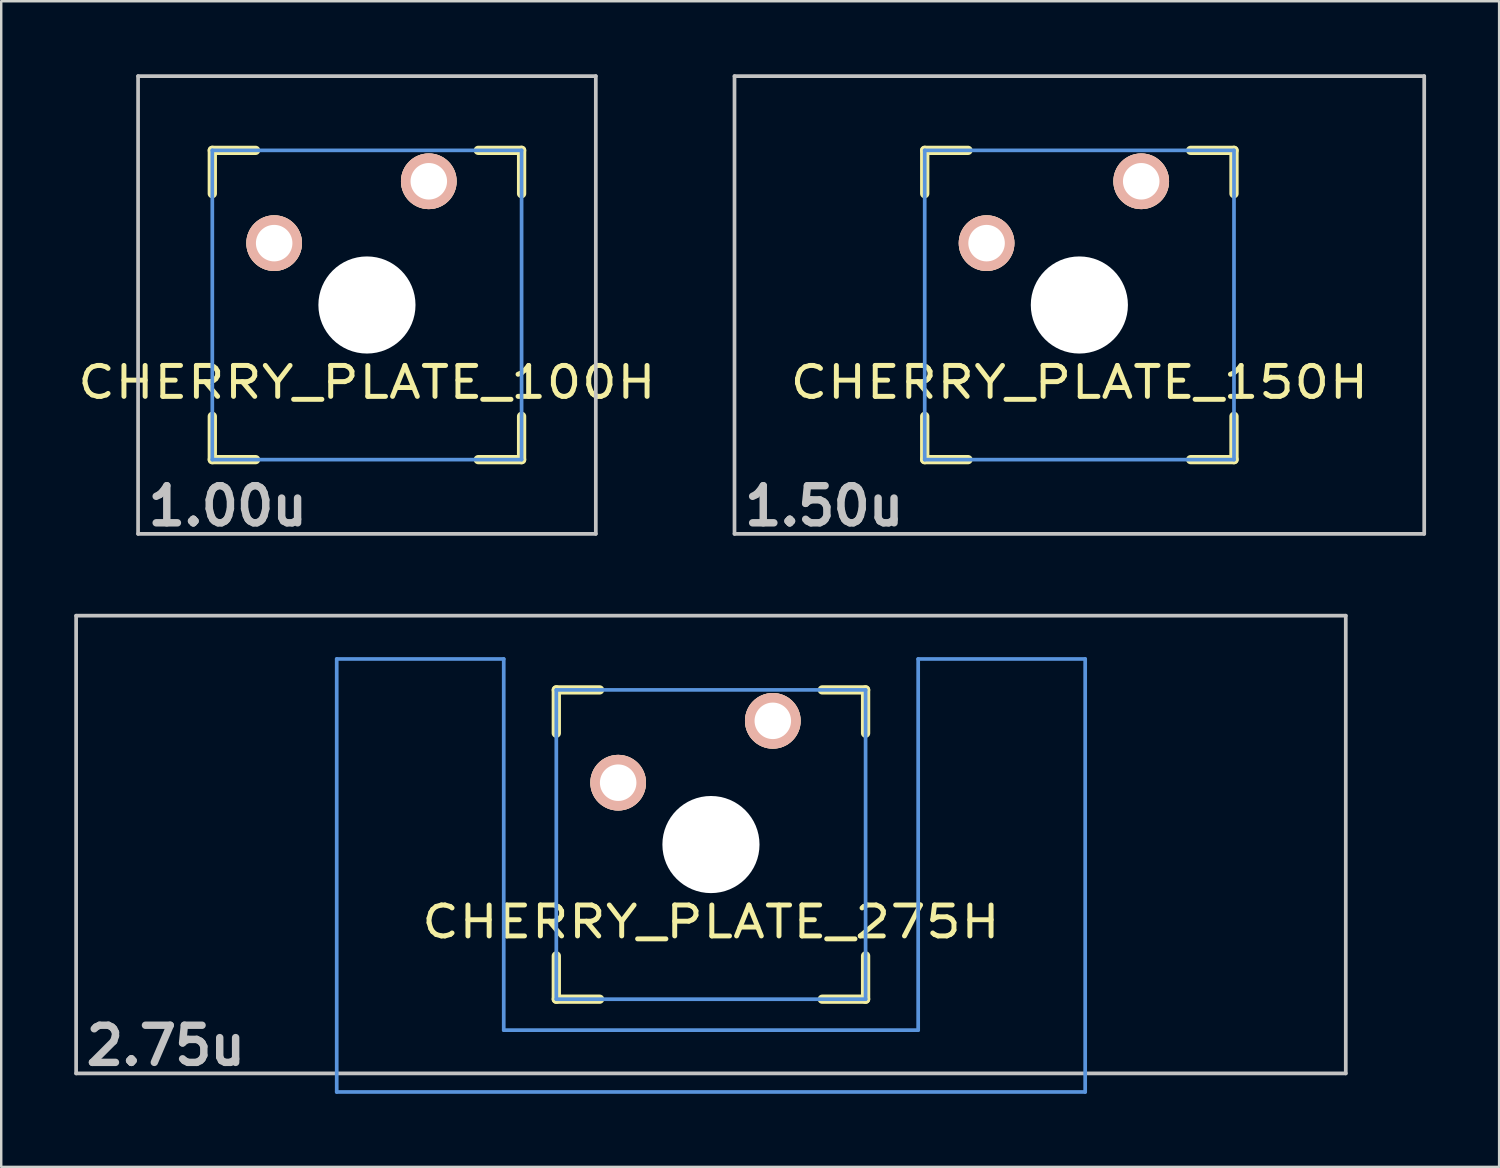
<source format=kicad_pcb>
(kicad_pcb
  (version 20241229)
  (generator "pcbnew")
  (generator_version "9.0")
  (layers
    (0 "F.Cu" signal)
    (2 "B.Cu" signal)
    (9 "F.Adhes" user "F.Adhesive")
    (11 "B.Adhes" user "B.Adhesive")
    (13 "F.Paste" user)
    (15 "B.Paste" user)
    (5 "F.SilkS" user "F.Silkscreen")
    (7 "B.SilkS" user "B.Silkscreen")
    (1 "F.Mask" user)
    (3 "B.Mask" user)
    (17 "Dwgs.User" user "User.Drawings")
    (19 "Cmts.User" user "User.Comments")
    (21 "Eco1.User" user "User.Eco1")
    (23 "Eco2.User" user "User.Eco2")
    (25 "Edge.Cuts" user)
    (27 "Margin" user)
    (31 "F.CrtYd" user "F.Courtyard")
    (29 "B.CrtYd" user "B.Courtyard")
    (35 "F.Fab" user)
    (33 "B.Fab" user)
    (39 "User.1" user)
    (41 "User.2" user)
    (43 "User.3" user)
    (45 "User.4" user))
  (footprint "CHERRY_PLATE_150H"
    (layer "F.Cu")
    (at 41.272 9.474)
    (property "Reference" "CHERRY_PLATE_150H" (at 0 3.175 0) (layer "F.SilkS") (effects (font (size 1.27 1.524) (thickness 0.203))))
    (attr through_hole)
    (fp_line (start -6.35 -6.35) (end -4.572 -6.35) (stroke (width 0.381) (type solid)) (layer "F.SilkS"))
    (fp_line (start -6.35 -4.572) (end -6.35 -6.35) (stroke (width 0.381) (type solid)) (layer "F.SilkS"))
    (fp_line (start -6.35 6.35) (end -6.35 4.572) (stroke (width 0.381) (type solid)) (layer "F.SilkS"))
    (fp_line (start -4.572 6.35) (end -6.35 6.35) (stroke (width 0.381) (type solid)) (layer "F.SilkS"))
    (fp_line (start 4.572 -6.35) (end 6.35 -6.35) (stroke (width 0.381) (type solid)) (layer "F.SilkS"))
    (fp_line (start 6.35 -6.35) (end 6.35 -4.572) (stroke (width 0.381) (type solid)) (layer "F.SilkS"))
    (fp_line (start 6.35 4.572) (end 6.35 6.35) (stroke (width 0.381) (type solid)) (layer "F.SilkS"))
    (fp_line (start 6.35 6.35) (end 4.572 6.35) (stroke (width 0.381) (type solid)) (layer "F.SilkS"))
    (fp_line (start -14.161 -9.398) (end 14.161 -9.398) (stroke (width 0.152) (type solid)) (layer "Dwgs.User"))
    (fp_line (start -14.161 9.398) (end -14.161 -9.398) (stroke (width 0.152) (type solid)) (layer "Dwgs.User"))
    (fp_line (start 14.161 -9.398) (end 14.161 9.398) (stroke (width 0.152) (type solid)) (layer "Dwgs.User"))
    (fp_line (start 14.161 9.398) (end -14.161 9.398) (stroke (width 0.152) (type solid)) (layer "Dwgs.User"))
    (fp_line (start -6.35 -6.35) (end 6.35 -6.35) (stroke (width 0.152) (type solid)) (layer "Cmts.User"))
    (fp_line (start -6.35 6.35) (end -6.35 -6.35) (stroke (width 0.152) (type solid)) (layer "Cmts.User"))
    (fp_line (start 6.35 -6.35) (end 6.35 6.35) (stroke (width 0.152) (type solid)) (layer "Cmts.User"))
    (fp_line (start 6.35 6.35) (end -6.35 6.35) (stroke (width 0.152) (type solid)) (layer "Cmts.User"))
    (fp_line (start -6.985 -6.985) (end 6.985 -6.985) (stroke (width 0.152) (type solid)) (layer "Eco2.User"))
    (fp_line (start -6.985 6.985) (end -6.985 -6.985) (stroke (width 0.152) (type solid)) (layer "Eco2.User"))
    (fp_line (start 6.985 -6.985) (end 6.985 6.985) (stroke (width 0.152) (type solid)) (layer "Eco2.User"))
    (fp_line (start 6.985 6.985) (end -6.985 6.985) (stroke (width 0.152) (type solid)) (layer "Eco2.User"))
    (fp_text user "1.50u" (at -10.477 8.255 0) (layer "Dwgs.User") (effects (font (size 1.524 1.524) (thickness 0.305))))
    (pad "" np_thru_hole circle (at 0 0) (size 3.988 3.988) (drill 3.988) (layers "*.Cu"))
    (pad "1" thru_hole circle (at 2.54 -5.08) (size 2.286 2.286) (drill 1.499) (layers "*.Cu" "*.SilkS" "*.Mask"))
    (pad "2" thru_hole circle (at -3.81 -2.54) (size 2.286 2.286) (drill 1.499) (layers "*.Cu" "*.SilkS" "*.Mask")))
  (footprint "CHERRY_PLATE_100H"
    (layer "F.Cu")
    (at 12.018 9.474)
    (property "Reference" "CHERRY_PLATE_100H" (at 0 3.175 0) (layer "F.SilkS") (effects (font (size 1.27 1.524) (thickness 0.203))))
    (attr through_hole)
    (fp_line (start -6.35 -6.35) (end -4.572 -6.35) (stroke (width 0.381) (type solid)) (layer "F.SilkS"))
    (fp_line (start -6.35 -4.572) (end -6.35 -6.35) (stroke (width 0.381) (type solid)) (layer "F.SilkS"))
    (fp_line (start -6.35 6.35) (end -6.35 4.572) (stroke (width 0.381) (type solid)) (layer "F.SilkS"))
    (fp_line (start -4.572 6.35) (end -6.35 6.35) (stroke (width 0.381) (type solid)) (layer "F.SilkS"))
    (fp_line (start 4.572 -6.35) (end 6.35 -6.35) (stroke (width 0.381) (type solid)) (layer "F.SilkS"))
    (fp_line (start 6.35 -6.35) (end 6.35 -4.572) (stroke (width 0.381) (type solid)) (layer "F.SilkS"))
    (fp_line (start 6.35 4.572) (end 6.35 6.35) (stroke (width 0.381) (type solid)) (layer "F.SilkS"))
    (fp_line (start 6.35 6.35) (end 4.572 6.35) (stroke (width 0.381) (type solid)) (layer "F.SilkS"))
    (fp_line (start -9.398 -9.398) (end 9.398 -9.398) (stroke (width 0.152) (type solid)) (layer "Dwgs.User"))
    (fp_line (start -9.398 9.398) (end -9.398 -9.398) (stroke (width 0.152) (type solid)) (layer "Dwgs.User"))
    (fp_line (start 9.398 -9.398) (end 9.398 9.398) (stroke (width 0.152) (type solid)) (layer "Dwgs.User"))
    (fp_line (start 9.398 9.398) (end -9.398 9.398) (stroke (width 0.152) (type solid)) (layer "Dwgs.User"))
    (fp_line (start -6.35 -6.35) (end 6.35 -6.35) (stroke (width 0.152) (type solid)) (layer "Cmts.User"))
    (fp_line (start -6.35 6.35) (end -6.35 -6.35) (stroke (width 0.152) (type solid)) (layer "Cmts.User"))
    (fp_line (start 6.35 -6.35) (end 6.35 6.35) (stroke (width 0.152) (type solid)) (layer "Cmts.User"))
    (fp_line (start 6.35 6.35) (end -6.35 6.35) (stroke (width 0.152) (type solid)) (layer "Cmts.User"))
    (fp_line (start -6.985 -6.985) (end 6.985 -6.985) (stroke (width 0.152) (type solid)) (layer "Eco2.User"))
    (fp_line (start -6.985 6.985) (end -6.985 -6.985) (stroke (width 0.152) (type solid)) (layer "Eco2.User"))
    (fp_line (start 6.985 -6.985) (end 6.985 6.985) (stroke (width 0.152) (type solid)) (layer "Eco2.User"))
    (fp_line (start 6.985 6.985) (end -6.985 6.985) (stroke (width 0.152) (type solid)) (layer "Eco2.User"))
    (fp_text user "1.00u" (at -5.715 8.255 0) (layer "Dwgs.User") (effects (font (size 1.524 1.524) (thickness 0.305))))
    (pad "" np_thru_hole circle (at 0 0) (size 3.988 3.988) (drill 3.988) (layers "*.Cu"))
    (pad "1" thru_hole circle (at 2.54 -5.08) (size 2.286 2.286) (drill 1.499) (layers "*.Cu" "*.SilkS" "*.Mask"))
    (pad "2" thru_hole circle (at -3.81 -2.54) (size 2.286 2.286) (drill 1.499) (layers "*.Cu" "*.SilkS" "*.Mask")))
  (footprint "CHERRY_PLATE_275H"
    (layer "F.Cu")
    (at 26.144 31.63)
    (property "Reference" "CHERRY_PLATE_275H" (at 0 3.175 0) (layer "F.SilkS") (effects (font (size 1.27 1.524) (thickness 0.203))))
    (attr through_hole)
    (fp_line (start -6.35 -6.35) (end -4.572 -6.35) (stroke (width 0.381) (type solid)) (layer "F.SilkS"))
    (fp_line (start -6.35 -4.572) (end -6.35 -6.35) (stroke (width 0.381) (type solid)) (layer "F.SilkS"))
    (fp_line (start -6.35 6.35) (end -6.35 4.572) (stroke (width 0.381) (type solid)) (layer "F.SilkS"))
    (fp_line (start -4.572 6.35) (end -6.35 6.35) (stroke (width 0.381) (type solid)) (layer "F.SilkS"))
    (fp_line (start 4.572 -6.35) (end 6.35 -6.35) (stroke (width 0.381) (type solid)) (layer "F.SilkS"))
    (fp_line (start 6.35 -6.35) (end 6.35 -4.572) (stroke (width 0.381) (type solid)) (layer "F.SilkS"))
    (fp_line (start 6.35 4.572) (end 6.35 6.35) (stroke (width 0.381) (type solid)) (layer "F.SilkS"))
    (fp_line (start 6.35 6.35) (end 4.572 6.35) (stroke (width 0.381) (type solid)) (layer "F.SilkS"))
    (fp_line (start -26.068 -9.398) (end 26.068 -9.398) (stroke (width 0.152) (type solid)) (layer "Dwgs.User"))
    (fp_line (start -26.068 9.398) (end -26.068 -9.398) (stroke (width 0.152) (type solid)) (layer "Dwgs.User"))
    (fp_line (start 26.068 -9.398) (end 26.068 9.398) (stroke (width 0.152) (type solid)) (layer "Dwgs.User"))
    (fp_line (start 26.068 9.398) (end -26.068 9.398) (stroke (width 0.152) (type solid)) (layer "Dwgs.User"))
    (fp_line (start -15.367 -7.62) (end -15.367 10.16) (stroke (width 0.152) (type solid)) (layer "Cmts.User"))
    (fp_line (start -15.367 10.16) (end 15.367 10.16) (stroke (width 0.152) (type solid)) (layer "Cmts.User"))
    (fp_line (start -8.509 -7.62) (end -15.367 -7.62) (stroke (width 0.152) (type solid)) (layer "Cmts.User"))
    (fp_line (start -8.509 7.62) (end -8.509 -7.62) (stroke (width 0.152) (type solid)) (layer "Cmts.User"))
    (fp_line (start -6.35 -6.35) (end 6.35 -6.35) (stroke (width 0.152) (type solid)) (layer "Cmts.User"))
    (fp_line (start -6.35 6.35) (end -6.35 -6.35) (stroke (width 0.152) (type solid)) (layer "Cmts.User"))
    (fp_line (start 6.35 -6.35) (end 6.35 6.35) (stroke (width 0.152) (type solid)) (layer "Cmts.User"))
    (fp_line (start 6.35 6.35) (end -6.35 6.35) (stroke (width 0.152) (type solid)) (layer "Cmts.User"))
    (fp_line (start 8.509 -7.62) (end 8.509 7.62) (stroke (width 0.152) (type solid)) (layer "Cmts.User"))
    (fp_line (start 8.509 7.62) (end -8.509 7.62) (stroke (width 0.152) (type solid)) (layer "Cmts.User"))
    (fp_line (start 15.367 -7.62) (end 8.509 -7.62) (stroke (width 0.152) (type solid)) (layer "Cmts.User"))
    (fp_line (start 15.367 10.16) (end 15.367 -7.62) (stroke (width 0.152) (type solid)) (layer "Cmts.User"))
    (fp_line (start -16.129 -2.286) (end -15.265 -2.286) (stroke (width 0.152) (type solid)) (layer "Eco2.User"))
    (fp_line (start -16.129 0.508) (end -16.129 -2.286) (stroke (width 0.152) (type solid)) (layer "Eco2.User"))
    (fp_line (start -15.265 -5.69) (end -8.611 -5.69) (stroke (width 0.152) (type solid)) (layer "Eco2.User"))
    (fp_line (start -15.265 -2.286) (end -15.265 -5.69) (stroke (width 0.152) (type solid)) (layer "Eco2.User"))
    (fp_line (start -15.265 0.508) (end -16.129 0.508) (stroke (width 0.152) (type solid)) (layer "Eco2.User"))
    (fp_line (start -15.265 6.604) (end -15.265 0.508) (stroke (width 0.152) (type solid)) (layer "Eco2.User"))
    (fp_line (start -14.224 6.604) (end -15.265 6.604) (stroke (width 0.152) (type solid)) (layer "Eco2.User"))
    (fp_line (start -14.224 7.772) (end -14.224 6.604) (stroke (width 0.152) (type solid)) (layer "Eco2.User"))
    (fp_line (start -9.652 6.604) (end -9.652 7.772) (stroke (width 0.152) (type solid)) (layer "Eco2.User"))
    (fp_line (start -9.652 7.772) (end -14.224 7.772) (stroke (width 0.152) (type solid)) (layer "Eco2.User"))
    (fp_line (start -8.611 -5.69) (end -8.611 -4.877) (stroke (width 0.152) (type solid)) (layer "Eco2.User"))
    (fp_line (start -8.611 -4.877) (end -6.985 -4.877) (stroke (width 0.152) (type solid)) (layer "Eco2.User"))
    (fp_line (start -8.611 5.817) (end -8.611 6.604) (stroke (width 0.152) (type solid)) (layer "Eco2.User"))
    (fp_line (start -8.611 6.604) (end -9.652 6.604) (stroke (width 0.152) (type solid)) (layer "Eco2.User"))
    (fp_line (start -6.985 -6.985) (end 6.985 -6.985) (stroke (width 0.152) (type solid)) (layer "Eco2.User"))
    (fp_line (start -6.985 -4.877) (end -6.985 -6.985) (stroke (width 0.152) (type solid)) (layer "Eco2.User"))
    (fp_line (start -6.985 5.817) (end -8.611 5.817) (stroke (width 0.152) (type solid)) (layer "Eco2.User"))
    (fp_line (start -6.985 6.985) (end -6.985 5.817) (stroke (width 0.152) (type solid)) (layer "Eco2.User"))
    (fp_line (start 6.985 -6.985) (end 6.985 -4.877) (stroke (width 0.152) (type solid)) (layer "Eco2.User"))
    (fp_line (start 6.985 -4.877) (end 8.611 -4.877) (stroke (width 0.152) (type solid)) (layer "Eco2.User"))
    (fp_line (start 6.985 5.817) (end 6.985 6.985) (stroke (width 0.152) (type solid)) (layer "Eco2.User"))
    (fp_line (start 6.985 6.985) (end -6.985 6.985) (stroke (width 0.152) (type solid)) (layer "Eco2.User"))
    (fp_line (start 8.611 -5.69) (end 15.265 -5.69) (stroke (width 0.152) (type solid)) (layer "Eco2.User"))
    (fp_line (start 8.611 -4.877) (end 8.611 -5.69) (stroke (width 0.152) (type solid)) (layer "Eco2.User"))
    (fp_line (start 8.611 5.817) (end 6.985 5.817) (stroke (width 0.152) (type solid)) (layer "Eco2.User"))
    (fp_line (start 8.611 6.604) (end 8.611 5.817) (stroke (width 0.152) (type solid)) (layer "Eco2.User"))
    (fp_line (start 9.652 6.604) (end 8.611 6.604) (stroke (width 0.152) (type solid)) (layer "Eco2.User"))
    (fp_line (start 9.652 7.772) (end 9.652 6.604) (stroke (width 0.152) (type solid)) (layer "Eco2.User"))
    (fp_line (start 14.224 6.604) (end 14.224 7.772) (stroke (width 0.152) (type solid)) (layer "Eco2.User"))
    (fp_line (start 14.224 7.772) (end 9.652 7.772) (stroke (width 0.152) (type solid)) (layer "Eco2.User"))
    (fp_line (start 15.265 -5.69) (end 15.265 -2.286) (stroke (width 0.152) (type solid)) (layer "Eco2.User"))
    (fp_line (start 15.265 -2.286) (end 16.129 -2.286) (stroke (width 0.152) (type solid)) (layer "Eco2.User"))
    (fp_line (start 15.265 0.508) (end 15.265 6.604) (stroke (width 0.152) (type solid)) (layer "Eco2.User"))
    (fp_line (start 15.265 6.604) (end 14.224 6.604) (stroke (width 0.152) (type solid)) (layer "Eco2.User"))
    (fp_line (start 16.129 -2.286) (end 16.129 0.508) (stroke (width 0.152) (type solid)) (layer "Eco2.User"))
    (fp_line (start 16.129 0.508) (end 15.265 0.508) (stroke (width 0.152) (type solid)) (layer "Eco2.User"))
    (fp_text user "2.75u" (at -22.385 8.255 0) (layer "Dwgs.User") (effects (font (size 1.524 1.524) (thickness 0.305))))
    (pad "" np_thru_hole circle (at 0 0) (size 3.988 3.988) (drill 3.988) (layers "*.Cu"))
    (pad "1" thru_hole circle (at 2.54 -5.08) (size 2.286 2.286) (drill 1.499) (layers "*.Cu" "*.SilkS" "*.Mask"))
    (pad "2" thru_hole circle (at -3.81 -2.54) (size 2.286 2.286) (drill 1.499) (layers "*.Cu" "*.SilkS" "*.Mask")))
  (gr_rect
    (start -3 -3)
    (end 58.509 44.866)
    (stroke (width 0.1) (type default))
    (fill no)
    (layer "Edge.Cuts")))
</source>
